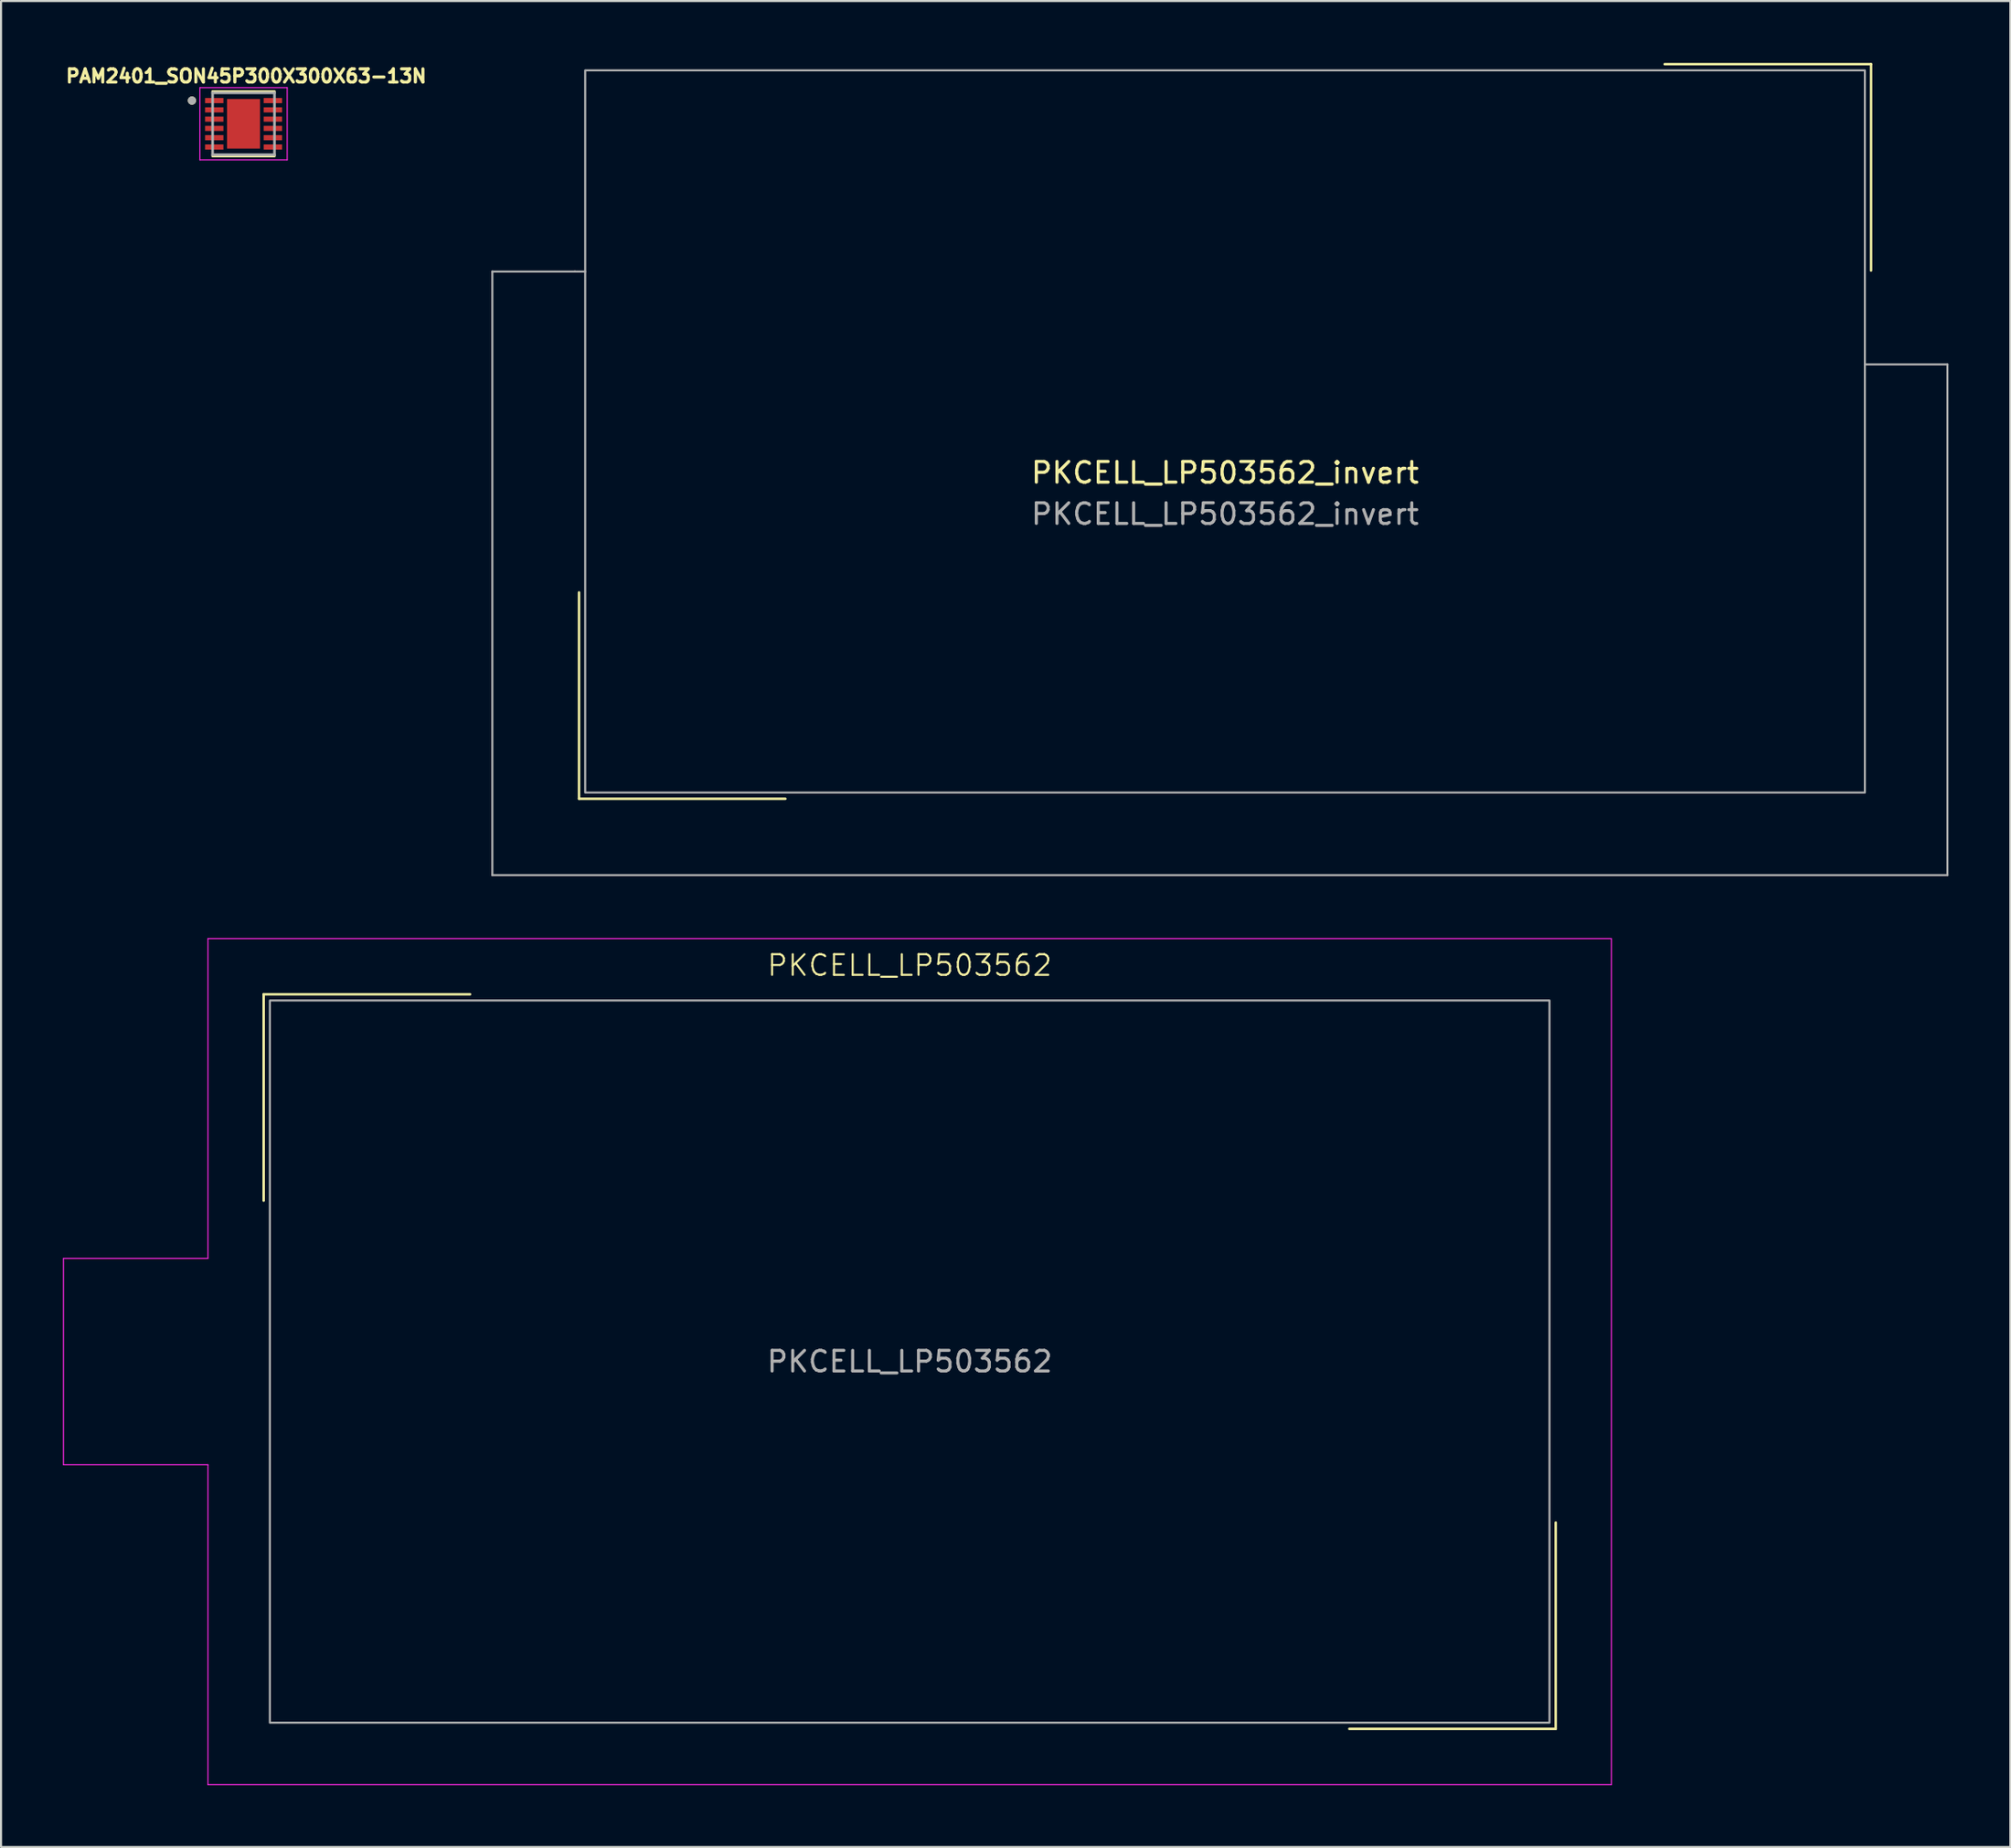
<source format=kicad_pcb>
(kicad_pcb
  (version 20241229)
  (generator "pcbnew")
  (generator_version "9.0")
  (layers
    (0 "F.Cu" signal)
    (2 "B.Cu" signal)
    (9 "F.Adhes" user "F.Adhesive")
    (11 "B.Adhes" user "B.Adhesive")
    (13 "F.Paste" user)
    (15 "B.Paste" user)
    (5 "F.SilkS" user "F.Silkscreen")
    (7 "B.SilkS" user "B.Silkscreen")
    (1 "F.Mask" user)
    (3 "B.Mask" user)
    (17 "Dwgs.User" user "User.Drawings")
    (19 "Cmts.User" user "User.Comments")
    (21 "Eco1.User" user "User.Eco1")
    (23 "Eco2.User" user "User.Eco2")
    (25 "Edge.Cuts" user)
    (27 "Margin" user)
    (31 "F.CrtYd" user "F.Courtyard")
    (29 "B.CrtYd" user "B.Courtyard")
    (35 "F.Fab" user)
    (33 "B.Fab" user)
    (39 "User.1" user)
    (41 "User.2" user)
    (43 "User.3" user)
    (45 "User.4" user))
  (footprint "PAM2401_SON45P300X300X63-13N"
    (layer "F.Cu")
    (at 8.75 2.949)
    (property "Reference" "PAM2401_SON45P300X300X63-13N" (at 0.127 -2.311 0) (layer "F.SilkS") (effects (font (size 0.64 0.64) (thickness 0.15))))
    (attr smd)
    (fp_poly (pts (xy -1.915 -1.3) (xy -0.925 -1.3) (xy -0.925 -0.95) (xy -1.915 -0.95)) (stroke (width 0.01) (type solid)) (fill yes) (layer "F.Mask"))
    (fp_poly (pts (xy -1.915 -0.85) (xy -0.925 -0.85) (xy -0.925 -0.5) (xy -1.915 -0.5)) (stroke (width 0.01) (type solid)) (fill yes) (layer "F.Mask"))
    (fp_poly (pts (xy -1.915 -0.4) (xy -0.925 -0.4) (xy -0.925 -0.05) (xy -1.915 -0.05)) (stroke (width 0.01) (type solid)) (fill yes) (layer "F.Mask"))
    (fp_poly (pts (xy -1.915 0.05) (xy -0.925 0.05) (xy -0.925 0.4) (xy -1.915 0.4)) (stroke (width 0.01) (type solid)) (fill yes) (layer "F.Mask"))
    (fp_poly (pts (xy -1.915 0.5) (xy -0.925 0.5) (xy -0.925 0.85) (xy -1.915 0.85)) (stroke (width 0.01) (type solid)) (fill yes) (layer "F.Mask"))
    (fp_poly (pts (xy -1.915 0.95) (xy -0.925 0.95) (xy -0.925 1.3) (xy -1.915 1.3)) (stroke (width 0.01) (type solid)) (fill yes) (layer "F.Mask"))
    (fp_poly (pts (xy 0.925 -1.3) (xy 1.915 -1.3) (xy 1.915 -0.95) (xy 0.925 -0.95)) (stroke (width 0.01) (type solid)) (fill yes) (layer "F.Mask"))
    (fp_poly (pts (xy 0.925 -0.85) (xy 1.915 -0.85) (xy 1.915 -0.5) (xy 0.925 -0.5)) (stroke (width 0.01) (type solid)) (fill yes) (layer "F.Mask"))
    (fp_poly (pts (xy 0.925 -0.4) (xy 1.915 -0.4) (xy 1.915 -0.05) (xy 0.925 -0.05)) (stroke (width 0.01) (type solid)) (fill yes) (layer "F.Mask"))
    (fp_poly (pts (xy 0.925 0.05) (xy 1.915 0.05) (xy 1.915 0.4) (xy 0.925 0.4)) (stroke (width 0.01) (type solid)) (fill yes) (layer "F.Mask"))
    (fp_poly (pts (xy 0.925 0.5) (xy 1.915 0.5) (xy 1.915 0.85) (xy 0.925 0.85)) (stroke (width 0.01) (type solid)) (fill yes) (layer "F.Mask"))
    (fp_poly (pts (xy 0.925 0.95) (xy 1.915 0.95) (xy 1.915 1.3) (xy 0.925 1.3)) (stroke (width 0.01) (type solid)) (fill yes) (layer "F.Mask"))
    (fp_line (start -1.5 -1.563) (end 1.5 -1.563) (stroke (width 0.127) (type solid)) (layer "F.SilkS"))
    (fp_line (start 1.5 1.563) (end -1.5 1.563) (stroke (width 0.127) (type solid)) (layer "F.SilkS"))
    (fp_circle (center -2.5 -1.125) (end -2.4 -1.125) (stroke (width 0.2) (type solid)) (fill no) (layer "F.SilkS"))
    (fp_poly (pts (xy -0.505 -0.76) (xy 0.505 -0.76) (xy 0.505 0.76) (xy -0.505 0.76)) (stroke (width 0.01) (type solid)) (fill yes) (layer "F.Paste"))
    (fp_line (start -2.115 -1.75) (end 2.115 -1.75) (stroke (width 0.05) (type solid)) (layer "F.CrtYd"))
    (fp_line (start -2.115 1.75) (end -2.115 -1.75) (stroke (width 0.05) (type solid)) (layer "F.CrtYd"))
    (fp_line (start 2.115 -1.75) (end 2.115 1.75) (stroke (width 0.05) (type solid)) (layer "F.CrtYd"))
    (fp_line (start 2.115 1.75) (end -2.115 1.75) (stroke (width 0.05) (type solid)) (layer "F.CrtYd"))
    (fp_line (start -1.5 -1.5) (end 1.5 -1.5) (stroke (width 0.127) (type solid)) (layer "F.Fab"))
    (fp_line (start -1.5 1.5) (end -1.5 -1.5) (stroke (width 0.127) (type solid)) (layer "F.Fab"))
    (fp_line (start 1.5 -1.5) (end 1.5 1.5) (stroke (width 0.127) (type solid)) (layer "F.Fab"))
    (fp_line (start 1.5 1.5) (end -1.5 1.5) (stroke (width 0.127) (type solid)) (layer "F.Fab"))
    (fp_circle (center -2.5 -1.125) (end -2.4 -1.125) (stroke (width 0.2) (type solid)) (fill no) (layer "F.Fab"))
    (pad "1" smd rect (at -1.42 -1.125) (size 0.89 0.25) (layers "F.Cu" "F.Paste"))
    (pad "2" smd rect (at -1.42 -0.675) (size 0.89 0.25) (layers "F.Cu" "F.Paste"))
    (pad "3" smd rect (at -1.42 -0.225) (size 0.89 0.25) (layers "F.Cu" "F.Paste"))
    (pad "4" smd rect (at -1.42 0.225) (size 0.89 0.25) (layers "F.Cu" "F.Paste"))
    (pad "5" smd rect (at -1.42 0.675) (size 0.89 0.25) (layers "F.Cu" "F.Paste"))
    (pad "6" smd rect (at -1.42 1.125) (size 0.89 0.25) (layers "F.Cu" "F.Paste"))
    (pad "7" smd rect (at 1.42 1.125) (size 0.89 0.25) (layers "F.Cu" "F.Paste"))
    (pad "8" smd rect (at 1.42 0.675) (size 0.89 0.25) (layers "F.Cu" "F.Paste"))
    (pad "9" smd rect (at 1.42 0.225) (size 0.89 0.25) (layers "F.Cu" "F.Paste"))
    (pad "10" smd rect (at 1.42 -0.225) (size 0.89 0.25) (layers "F.Cu" "F.Paste"))
    (pad "11" smd rect (at 1.42 -0.675) (size 0.89 0.25) (layers "F.Cu" "F.Paste"))
    (pad "12" smd rect (at 1.42 -1.125) (size 0.89 0.25) (layers "F.Cu" "F.Paste"))
    (pad "13" smd rect (at 0 0) (size 1.6 2.4) (layers "F.Cu" "F.Mask")))
  (footprint "PKCELL_LP503562_invert"
    (layer "F.Cu")
    (at 56.304 19.86)
    (property "Reference" "PKCELL_LP503562_invert" (at 0 0 0) (unlocked yes) (layer "F.SilkS") (effects (font (size 1 1) (thickness 0.153))))
    (fp_line (start -31.3 5.8) (end -31.3 15.8) (stroke (width 0.12) (type solid)) (layer "F.SilkS"))
    (fp_line (start -21.3 15.8) (end -31.3 15.8) (stroke (width 0.12) (type solid)) (layer "F.SilkS"))
    (fp_line (start 21.3 -19.8) (end 31.3 -19.8) (stroke (width 0.12) (type solid)) (layer "F.SilkS"))
    (fp_line (start 31.3 -9.8) (end 31.3 -19.8) (stroke (width 0.12) (type solid)) (layer "F.SilkS"))
    (fp_line (start -35.5 -9.75) (end -31.5 -9.75) (stroke (width 0.1) (type default)) (layer "F.Fab"))
    (fp_line (start -35.5 19.5) (end -35.5 -9.75) (stroke (width 0.1) (type default)) (layer "F.Fab"))
    (fp_line (start -31.5 -9.75) (end -31 -9.75) (stroke (width 0.1) (type default)) (layer "F.Fab"))
    (fp_line (start 31 -5.25) (end 35 -5.25) (stroke (width 0.1) (type default)) (layer "F.Fab"))
    (fp_line (start 35 -5.25) (end 35 19.5) (stroke (width 0.1) (type default)) (layer "F.Fab"))
    (fp_line (start 35 19.5) (end -35.5 19.5) (stroke (width 0.1) (type default)) (layer "F.Fab"))
    (fp_rect (start -31 15.5) (end 31 -19.5) (stroke (width 0.1) (type solid)) (fill no) (layer "F.Fab"))
    (fp_text user "${REFERENCE}" (at 0 2 0) (unlocked yes) (layer "F.Fab") (effects (font (size 1 1) (thickness 0.15)))))
  (footprint "PKCELL_LP503562"
    (layer "F.Cu")
    (at 41.025 62.935)
    (property "Reference" "PKCELL_LP503562" (at 0 -19.2 0) (unlocked yes) (layer "F.SilkS") (effects (font (size 1 1) (thickness 0.1))))
    (fp_line (start -31.3 -7.8) (end -31.3 -17.8) (stroke (width 0.12) (type solid)) (layer "F.SilkS"))
    (fp_line (start -21.3 -17.8) (end -31.3 -17.8) (stroke (width 0.12) (type solid)) (layer "F.SilkS"))
    (fp_line (start 21.3 17.8) (end 31.3 17.8) (stroke (width 0.12) (type solid)) (layer "F.SilkS"))
    (fp_line (start 31.3 7.8) (end 31.3 17.8) (stroke (width 0.12) (type solid)) (layer "F.SilkS"))
    (fp_line (start -41 -5) (end -34 -5) (stroke (width 0.05) (type default)) (layer "F.CrtYd"))
    (fp_line (start -41 5) (end -41 -5) (stroke (width 0.05) (type default)) (layer "F.CrtYd"))
    (fp_line (start -34 -20.5) (end -34 -5) (stroke (width 0.05) (type default)) (layer "F.CrtYd"))
    (fp_line (start -34 5) (end -41 5) (stroke (width 0.05) (type default)) (layer "F.CrtYd"))
    (fp_line (start -34 20.5) (end -34 5) (stroke (width 0.05) (type default)) (layer "F.CrtYd"))
    (fp_line (start 34 -20.5) (end -34 -20.5) (stroke (width 0.05) (type default)) (layer "F.CrtYd"))
    (fp_line (start 34 -20.5) (end 34 20.5) (stroke (width 0.05) (type default)) (layer "F.CrtYd"))
    (fp_line (start 34 20.5) (end -34 20.5) (stroke (width 0.05) (type default)) (layer "F.CrtYd"))
    (fp_rect (start -31 -17.5) (end 31 17.5) (stroke (width 0.1) (type solid)) (fill no) (layer "F.Fab"))
    (fp_text user "${REFERENCE}" (at 0 0 0) (unlocked yes) (layer "F.Fab") (effects (font (size 1 1) (thickness 0.15)))))
  (gr_rect
    (start -3 -3)
    (end 94.354 86.46)
    (stroke (width 0.1) (type default))
    (fill no)
    (layer "Edge.Cuts")))
</source>
